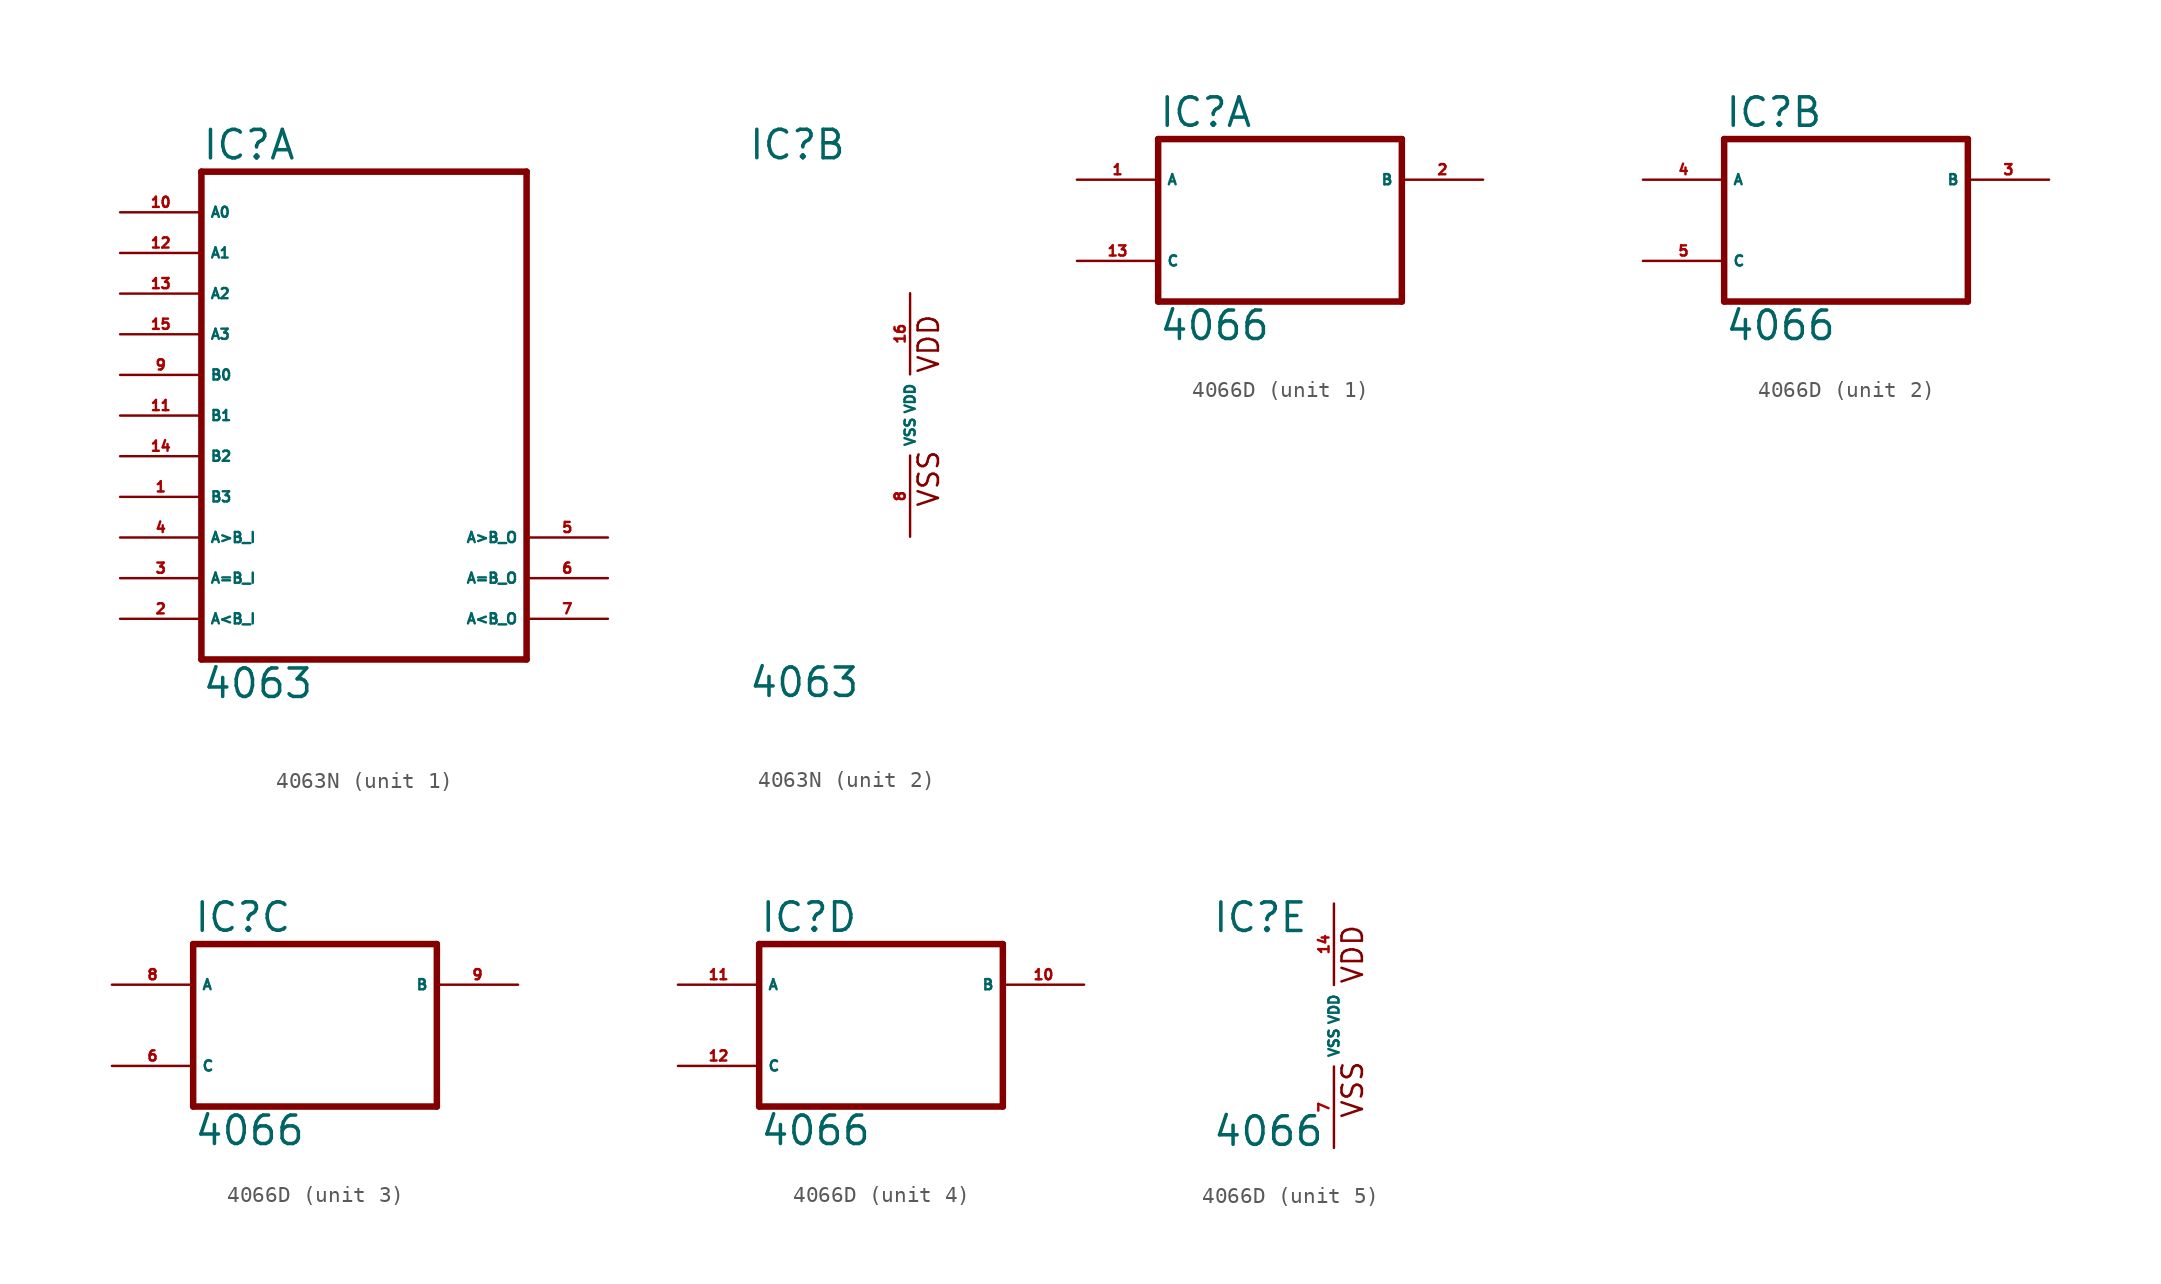
<source format=kicad_sym>
(kicad_symbol_lib
  (version 20220914)
  (generator Eagle2Kicad)
  (symbol "4063N"
    (property "Reference" "IC"
      (at -10.16 15.875 0)
      (effects (font (size 1.778 1.778) (thickness 0.22)) (justify left bottom)))
    (property "Value" "4063"
      (at -10.16 -17.78 0)
      (effects (font (size 1.778 1.778) (thickness 0.22)) (justify left bottom)))
    (symbol "4063N_1_0"
      (polyline (pts (xy -10.16 -15.24) (xy 10.16 -15.24)) (stroke (width 0.406) (type default)) (fill (type none)))
      (polyline (pts (xy 10.16 -15.24) (xy 10.16 15.24)) (stroke (width 0.406) (type default)) (fill (type none)))
      (polyline (pts (xy 10.16 15.24) (xy -10.16 15.24)) (stroke (width 0.406) (type default)) (fill (type none)))
      (polyline (pts (xy -10.16 15.24) (xy -10.16 -15.24)) (stroke (width 0.406) (type default)) (fill (type none)))
      (pin input line (at -15.24 -5.08 0) (length 5.08) (name "B3" (effects (font (size 0.635 0.635) (thickness 0.08)) (justify left bottom))) (number "1" (effects (font (size 0.635 0.635) (thickness 0.08)) (justify left bottom))))
      (pin input line (at -15.24 -12.7 0) (length 5.08) (name "A<B_I" (effects (font (size 0.635 0.635) (thickness 0.08)) (justify left bottom))) (number "2" (effects (font (size 0.635 0.635) (thickness 0.08)) (justify left bottom))))
      (pin input line (at -15.24 -10.16 0) (length 5.08) (name "A=B_I" (effects (font (size 0.635 0.635) (thickness 0.08)) (justify left bottom))) (number "3" (effects (font (size 0.635 0.635) (thickness 0.08)) (justify left bottom))))
      (pin input line (at -15.24 -7.62 0) (length 5.08) (name "A>B_I" (effects (font (size 0.635 0.635) (thickness 0.08)) (justify left bottom))) (number "4" (effects (font (size 0.635 0.635) (thickness 0.08)) (justify left bottom))))
      (pin output line (at 15.24 -7.62 180) (length 5.08) (name "A>B_O" (effects (font (size 0.635 0.635) (thickness 0.08)) (justify left bottom))) (number "5" (effects (font (size 0.635 0.635) (thickness 0.08)) (justify left bottom))))
      (pin output line (at 15.24 -10.16 180) (length 5.08) (name "A=B_O" (effects (font (size 0.635 0.635) (thickness 0.08)) (justify left bottom))) (number "6" (effects (font (size 0.635 0.635) (thickness 0.08)) (justify left bottom))))
      (pin output line (at 15.24 -12.7 180) (length 5.08) (name "A<B_O" (effects (font (size 0.635 0.635) (thickness 0.08)) (justify left bottom))) (number "7" (effects (font (size 0.635 0.635) (thickness 0.08)) (justify left bottom))))
      (pin input line (at -15.24 2.54 0) (length 5.08) (name "B0" (effects (font (size 0.635 0.635) (thickness 0.08)) (justify left bottom))) (number "9" (effects (font (size 0.635 0.635) (thickness 0.08)) (justify left bottom))))
      (pin input line (at -15.24 12.7 0) (length 5.08) (name "A0" (effects (font (size 0.635 0.635) (thickness 0.08)) (justify left bottom))) (number "10" (effects (font (size 0.635 0.635) (thickness 0.08)) (justify left bottom))))
      (pin input line (at -15.24 0 0) (length 5.08) (name "B1" (effects (font (size 0.635 0.635) (thickness 0.08)) (justify left bottom))) (number "11" (effects (font (size 0.635 0.635) (thickness 0.08)) (justify left bottom))))
      (pin input line (at -15.24 10.16 0) (length 5.08) (name "A1" (effects (font (size 0.635 0.635) (thickness 0.08)) (justify left bottom))) (number "12" (effects (font (size 0.635 0.635) (thickness 0.08)) (justify left bottom))))
      (pin input line (at -15.24 7.62 0) (length 5.08) (name "A2" (effects (font (size 0.635 0.635) (thickness 0.08)) (justify left bottom))) (number "13" (effects (font (size 0.635 0.635) (thickness 0.08)) (justify left bottom))))
      (pin input line (at -15.24 -2.54 0) (length 5.08) (name "B2" (effects (font (size 0.635 0.635) (thickness 0.08)) (justify left bottom))) (number "14" (effects (font (size 0.635 0.635) (thickness 0.08)) (justify left bottom))))
      (pin input line (at -15.24 5.08 0) (length 5.08) (name "A3" (effects (font (size 0.635 0.635) (thickness 0.08)) (justify left bottom))) (number "15" (effects (font (size 0.635 0.635) (thickness 0.08)) (justify left bottom)))))
    (symbol "4063N_2_0"
      (text "VDD" (at 1.905 2.54 900) (effects (font (size 1.27 1.27) (thickness 0.16)) (justify left bottom)))
      (text "VSS" (at 1.905 -5.842 900) (effects (font (size 1.27 1.27) (thickness 0.16)) (justify left bottom)))
      (pin unspecified line (at 0 -7.62 90) (length 5.08) (name "VSS" (effects (font (size 0.635 0.635) (thickness 0.08)) (justify left bottom))) (number "8" (effects (font (size 0.635 0.635) (thickness 0.08)) (justify left bottom))))
      (pin unspecified line (at 0 7.62 270) (length 5.08) (name "VDD" (effects (font (size 0.635 0.635) (thickness 0.08)) (justify left bottom))) (number "16" (effects (font (size 0.635 0.635) (thickness 0.08)) (justify left bottom))))))
  (symbol "4066D"
    (property "Reference" "IC"
      (at -7.62 5.715 0)
      (effects (font (size 1.778 1.778) (thickness 0.22)) (justify left bottom)))
    (property "Value" "4066"
      (at -7.62 -7.62 0)
      (effects (font (size 1.778 1.778) (thickness 0.22)) (justify left bottom)))
    (symbol "4066D_1_0"
      (polyline (pts (xy -7.62 -5.08) (xy 7.62 -5.08)) (stroke (width 0.406) (type default)) (fill (type none)))
      (polyline (pts (xy 7.62 -5.08) (xy 7.62 5.08)) (stroke (width 0.406) (type default)) (fill (type none)))
      (polyline (pts (xy 7.62 5.08) (xy -7.62 5.08)) (stroke (width 0.406) (type default)) (fill (type none)))
      (polyline (pts (xy -7.62 5.08) (xy -7.62 -5.08)) (stroke (width 0.406) (type default)) (fill (type none)))
      (pin tri_state line (at -12.7 2.54 0) (length 5.08) (name "A" (effects (font (size 0.635 0.635) (thickness 0.08)) (justify left bottom))) (number "1" (effects (font (size 0.635 0.635) (thickness 0.08)) (justify left bottom))))
      (pin tri_state line (at 12.7 2.54 180) (length 5.08) (name "B" (effects (font (size 0.635 0.635) (thickness 0.08)) (justify left bottom))) (number "2" (effects (font (size 0.635 0.635) (thickness 0.08)) (justify left bottom))))
      (pin input line (at -12.7 -2.54 0) (length 5.08) (name "C" (effects (font (size 0.635 0.635) (thickness 0.08)) (justify left bottom))) (number "13" (effects (font (size 0.635 0.635) (thickness 0.08)) (justify left bottom)))))
    (symbol "4066D_2_0"
      (polyline (pts (xy -7.62 -5.08) (xy 7.62 -5.08)) (stroke (width 0.406) (type default)) (fill (type none)))
      (polyline (pts (xy 7.62 -5.08) (xy 7.62 5.08)) (stroke (width 0.406) (type default)) (fill (type none)))
      (polyline (pts (xy 7.62 5.08) (xy -7.62 5.08)) (stroke (width 0.406) (type default)) (fill (type none)))
      (polyline (pts (xy -7.62 5.08) (xy -7.62 -5.08)) (stroke (width 0.406) (type default)) (fill (type none)))
      (pin tri_state line (at -12.7 2.54 0) (length 5.08) (name "A" (effects (font (size 0.635 0.635) (thickness 0.08)) (justify left bottom))) (number "4" (effects (font (size 0.635 0.635) (thickness 0.08)) (justify left bottom))))
      (pin tri_state line (at 12.7 2.54 180) (length 5.08) (name "B" (effects (font (size 0.635 0.635) (thickness 0.08)) (justify left bottom))) (number "3" (effects (font (size 0.635 0.635) (thickness 0.08)) (justify left bottom))))
      (pin input line (at -12.7 -2.54 0) (length 5.08) (name "C" (effects (font (size 0.635 0.635) (thickness 0.08)) (justify left bottom))) (number "5" (effects (font (size 0.635 0.635) (thickness 0.08)) (justify left bottom)))))
    (symbol "4066D_3_0"
      (polyline (pts (xy -7.62 -5.08) (xy 7.62 -5.08)) (stroke (width 0.406) (type default)) (fill (type none)))
      (polyline (pts (xy 7.62 -5.08) (xy 7.62 5.08)) (stroke (width 0.406) (type default)) (fill (type none)))
      (polyline (pts (xy 7.62 5.08) (xy -7.62 5.08)) (stroke (width 0.406) (type default)) (fill (type none)))
      (polyline (pts (xy -7.62 5.08) (xy -7.62 -5.08)) (stroke (width 0.406) (type default)) (fill (type none)))
      (pin tri_state line (at -12.7 2.54 0) (length 5.08) (name "A" (effects (font (size 0.635 0.635) (thickness 0.08)) (justify left bottom))) (number "8" (effects (font (size 0.635 0.635) (thickness 0.08)) (justify left bottom))))
      (pin tri_state line (at 12.7 2.54 180) (length 5.08) (name "B" (effects (font (size 0.635 0.635) (thickness 0.08)) (justify left bottom))) (number "9" (effects (font (size 0.635 0.635) (thickness 0.08)) (justify left bottom))))
      (pin input line (at -12.7 -2.54 0) (length 5.08) (name "C" (effects (font (size 0.635 0.635) (thickness 0.08)) (justify left bottom))) (number "6" (effects (font (size 0.635 0.635) (thickness 0.08)) (justify left bottom)))))
    (symbol "4066D_4_0"
      (polyline (pts (xy -7.62 -5.08) (xy 7.62 -5.08)) (stroke (width 0.406) (type default)) (fill (type none)))
      (polyline (pts (xy 7.62 -5.08) (xy 7.62 5.08)) (stroke (width 0.406) (type default)) (fill (type none)))
      (polyline (pts (xy 7.62 5.08) (xy -7.62 5.08)) (stroke (width 0.406) (type default)) (fill (type none)))
      (polyline (pts (xy -7.62 5.08) (xy -7.62 -5.08)) (stroke (width 0.406) (type default)) (fill (type none)))
      (pin tri_state line (at -12.7 2.54 0) (length 5.08) (name "A" (effects (font (size 0.635 0.635) (thickness 0.08)) (justify left bottom))) (number "11" (effects (font (size 0.635 0.635) (thickness 0.08)) (justify left bottom))))
      (pin tri_state line (at 12.7 2.54 180) (length 5.08) (name "B" (effects (font (size 0.635 0.635) (thickness 0.08)) (justify left bottom))) (number "10" (effects (font (size 0.635 0.635) (thickness 0.08)) (justify left bottom))))
      (pin input line (at -12.7 -2.54 0) (length 5.08) (name "C" (effects (font (size 0.635 0.635) (thickness 0.08)) (justify left bottom))) (number "12" (effects (font (size 0.635 0.635) (thickness 0.08)) (justify left bottom)))))
    (symbol "4066D_5_0"
      (text "VDD" (at 1.905 2.54 900) (effects (font (size 1.27 1.27) (thickness 0.16)) (justify left bottom)))
      (text "VSS" (at 1.905 -5.842 900) (effects (font (size 1.27 1.27) (thickness 0.16)) (justify left bottom)))
      (pin unspecified line (at 0 -7.62 90) (length 5.08) (name "VSS" (effects (font (size 0.635 0.635) (thickness 0.08)) (justify left bottom))) (number "7" (effects (font (size 0.635 0.635) (thickness 0.08)) (justify left bottom))))
      (pin unspecified line (at 0 7.62 270) (length 5.08) (name "VDD" (effects (font (size 0.635 0.635) (thickness 0.08)) (justify left bottom))) (number "14" (effects (font (size 0.635 0.635) (thickness 0.08)) (justify left bottom)))))))
</source>
